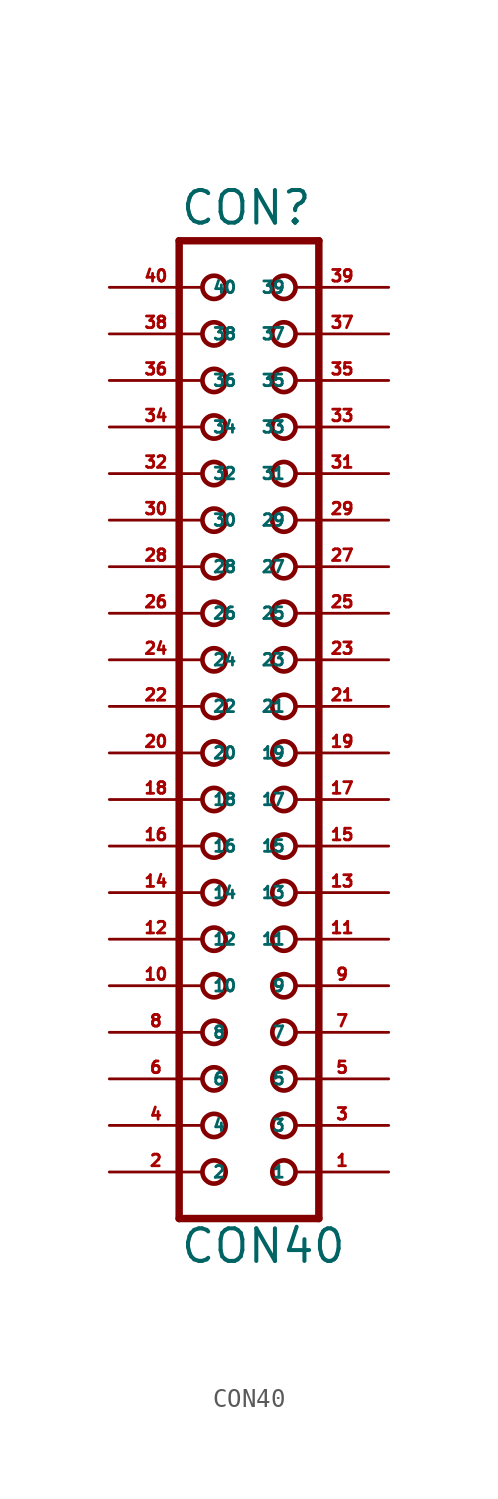
<source format=kicad_sym>
(kicad_symbol_lib
  (version 20220914)
  (generator Eagle2Kicad)
  (symbol "CON40"
    (property "Reference" "CON"
      (at -3.81 26.162 0)
      (effects (font (size 1.778 1.778) (thickness 0.22)) (justify left bottom)))
    (property "Value" "CON40"
      (at -3.81 -30.48 0)
      (effects (font (size 1.778 1.778) (thickness 0.22)) (justify left bottom)))
    (polyline
      (pts (xy 3.81 -27.94) (xy -3.81 -27.94))
      (stroke (width 0.406) (type default))
      (fill (type none)))
    (polyline
      (pts (xy -3.81 25.4) (xy -3.81 -27.94))
      (stroke (width 0.406) (type default))
      (fill (type none)))
    (polyline
      (pts (xy -3.81 25.4) (xy 3.81 25.4))
      (stroke (width 0.406) (type default))
      (fill (type none)))
    (polyline
      (pts (xy 3.81 -27.94) (xy 3.81 25.4))
      (stroke (width 0.406) (type default))
      (fill (type none)))
    (circle
      (center 1.905 -25.4)
      (radius 0.635)
      (stroke (width 0.254) (type default))
      (fill (type none)))
    (circle
      (center 1.905 -22.86)
      (radius 0.635)
      (stroke (width 0.254) (type default))
      (fill (type none)))
    (circle
      (center 1.905 -20.32)
      (radius 0.635)
      (stroke (width 0.254) (type default))
      (fill (type none)))
    (circle
      (center 1.905 -17.78)
      (radius 0.635)
      (stroke (width 0.254) (type default))
      (fill (type none)))
    (circle
      (center 1.905 -15.24)
      (radius 0.635)
      (stroke (width 0.254) (type default))
      (fill (type none)))
    (circle
      (center 1.905 -12.7)
      (radius 0.635)
      (stroke (width 0.254) (type default))
      (fill (type none)))
    (circle
      (center 1.905 -10.16)
      (radius 0.635)
      (stroke (width 0.254) (type default))
      (fill (type none)))
    (circle
      (center 1.905 -7.62)
      (radius 0.635)
      (stroke (width 0.254) (type default))
      (fill (type none)))
    (circle
      (center 1.905 -5.08)
      (radius 0.635)
      (stroke (width 0.254) (type default))
      (fill (type none)))
    (circle
      (center 1.905 -2.54)
      (radius 0.635)
      (stroke (width 0.254) (type default))
      (fill (type none)))
    (circle
      (center -1.905 -25.4)
      (radius 0.635)
      (stroke (width 0.254) (type default))
      (fill (type none)))
    (circle
      (center -1.905 -22.86)
      (radius 0.635)
      (stroke (width 0.254) (type default))
      (fill (type none)))
    (circle
      (center -1.905 -20.32)
      (radius 0.635)
      (stroke (width 0.254) (type default))
      (fill (type none)))
    (circle
      (center -1.905 -17.78)
      (radius 0.635)
      (stroke (width 0.254) (type default))
      (fill (type none)))
    (circle
      (center -1.905 -15.24)
      (radius 0.635)
      (stroke (width 0.254) (type default))
      (fill (type none)))
    (circle
      (center -1.905 -12.7)
      (radius 0.635)
      (stroke (width 0.254) (type default))
      (fill (type none)))
    (circle
      (center -1.905 -10.16)
      (radius 0.635)
      (stroke (width 0.254) (type default))
      (fill (type none)))
    (circle
      (center -1.905 -7.62)
      (radius 0.635)
      (stroke (width 0.254) (type default))
      (fill (type none)))
    (circle
      (center -1.905 -5.08)
      (radius 0.635)
      (stroke (width 0.254) (type default))
      (fill (type none)))
    (circle
      (center -1.905 -2.54)
      (radius 0.635)
      (stroke (width 0.254) (type default))
      (fill (type none)))
    (circle
      (center 1.905 0)
      (radius 0.635)
      (stroke (width 0.254) (type default))
      (fill (type none)))
    (circle
      (center 1.905 2.54)
      (radius 0.635)
      (stroke (width 0.254) (type default))
      (fill (type none)))
    (circle
      (center 1.905 5.08)
      (radius 0.635)
      (stroke (width 0.254) (type default))
      (fill (type none)))
    (circle
      (center 1.905 7.62)
      (radius 0.635)
      (stroke (width 0.254) (type default))
      (fill (type none)))
    (circle
      (center 1.905 10.16)
      (radius 0.635)
      (stroke (width 0.254) (type default))
      (fill (type none)))
    (circle
      (center 1.905 12.7)
      (radius 0.635)
      (stroke (width 0.254) (type default))
      (fill (type none)))
    (circle
      (center 1.905 15.24)
      (radius 0.635)
      (stroke (width 0.254) (type default))
      (fill (type none)))
    (circle
      (center 1.905 17.78)
      (radius 0.635)
      (stroke (width 0.254) (type default))
      (fill (type none)))
    (circle
      (center 1.905 20.32)
      (radius 0.635)
      (stroke (width 0.254) (type default))
      (fill (type none)))
    (circle
      (center 1.905 22.86)
      (radius 0.635)
      (stroke (width 0.254) (type default))
      (fill (type none)))
    (circle
      (center -1.905 0)
      (radius 0.635)
      (stroke (width 0.254) (type default))
      (fill (type none)))
    (circle
      (center -1.905 2.54)
      (radius 0.635)
      (stroke (width 0.254) (type default))
      (fill (type none)))
    (circle
      (center -1.905 5.08)
      (radius 0.635)
      (stroke (width 0.254) (type default))
      (fill (type none)))
    (circle
      (center -1.905 7.62)
      (radius 0.635)
      (stroke (width 0.254) (type default))
      (fill (type none)))
    (circle
      (center -1.905 10.16)
      (radius 0.635)
      (stroke (width 0.254) (type default))
      (fill (type none)))
    (circle
      (center -1.905 12.7)
      (radius 0.635)
      (stroke (width 0.254) (type default))
      (fill (type none)))
    (circle
      (center -1.905 15.24)
      (radius 0.635)
      (stroke (width 0.254) (type default))
      (fill (type none)))
    (circle
      (center -1.905 17.78)
      (radius 0.635)
      (stroke (width 0.254) (type default))
      (fill (type none)))
    (circle
      (center -1.905 20.32)
      (radius 0.635)
      (stroke (width 0.254) (type default))
      (fill (type none)))
    (circle
      (center -1.905 22.86)
      (radius 0.635)
      (stroke (width 0.254) (type default))
      (fill (type none)))
    (pin passive line
      (at 7.62 -25.4 180)
      (length 5.08)
      (name "1" (effects (font (size 0.635 0.635) (thickness 0.08)) (justify left bottom)))
      (number "1" (effects (font (size 0.635 0.635) (thickness 0.08)) (justify left bottom))))
    (pin passive line
      (at -7.62 -25.4 0)
      (length 5.08)
      (name "2" (effects (font (size 0.635 0.635) (thickness 0.08)) (justify left bottom)))
      (number "2" (effects (font (size 0.635 0.635) (thickness 0.08)) (justify left bottom))))
    (pin passive line
      (at 7.62 -22.86 180)
      (length 5.08)
      (name "3" (effects (font (size 0.635 0.635) (thickness 0.08)) (justify left bottom)))
      (number "3" (effects (font (size 0.635 0.635) (thickness 0.08)) (justify left bottom))))
    (pin passive line
      (at -7.62 -22.86 0)
      (length 5.08)
      (name "4" (effects (font (size 0.635 0.635) (thickness 0.08)) (justify left bottom)))
      (number "4" (effects (font (size 0.635 0.635) (thickness 0.08)) (justify left bottom))))
    (pin passive line
      (at 7.62 -20.32 180)
      (length 5.08)
      (name "5" (effects (font (size 0.635 0.635) (thickness 0.08)) (justify left bottom)))
      (number "5" (effects (font (size 0.635 0.635) (thickness 0.08)) (justify left bottom))))
    (pin passive line
      (at -7.62 -20.32 0)
      (length 5.08)
      (name "6" (effects (font (size 0.635 0.635) (thickness 0.08)) (justify left bottom)))
      (number "6" (effects (font (size 0.635 0.635) (thickness 0.08)) (justify left bottom))))
    (pin passive line
      (at 7.62 -17.78 180)
      (length 5.08)
      (name "7" (effects (font (size 0.635 0.635) (thickness 0.08)) (justify left bottom)))
      (number "7" (effects (font (size 0.635 0.635) (thickness 0.08)) (justify left bottom))))
    (pin passive line
      (at -7.62 -17.78 0)
      (length 5.08)
      (name "8" (effects (font (size 0.635 0.635) (thickness 0.08)) (justify left bottom)))
      (number "8" (effects (font (size 0.635 0.635) (thickness 0.08)) (justify left bottom))))
    (pin passive line
      (at 7.62 -15.24 180)
      (length 5.08)
      (name "9" (effects (font (size 0.635 0.635) (thickness 0.08)) (justify left bottom)))
      (number "9" (effects (font (size 0.635 0.635) (thickness 0.08)) (justify left bottom))))
    (pin passive line
      (at -7.62 -15.24 0)
      (length 5.08)
      (name "10" (effects (font (size 0.635 0.635) (thickness 0.08)) (justify left bottom)))
      (number "10" (effects (font (size 0.635 0.635) (thickness 0.08)) (justify left bottom))))
    (pin passive line
      (at 7.62 -12.7 180)
      (length 5.08)
      (name "11" (effects (font (size 0.635 0.635) (thickness 0.08)) (justify left bottom)))
      (number "11" (effects (font (size 0.635 0.635) (thickness 0.08)) (justify left bottom))))
    (pin passive line
      (at -7.62 -12.7 0)
      (length 5.08)
      (name "12" (effects (font (size 0.635 0.635) (thickness 0.08)) (justify left bottom)))
      (number "12" (effects (font (size 0.635 0.635) (thickness 0.08)) (justify left bottom))))
    (pin passive line
      (at 7.62 -10.16 180)
      (length 5.08)
      (name "13" (effects (font (size 0.635 0.635) (thickness 0.08)) (justify left bottom)))
      (number "13" (effects (font (size 0.635 0.635) (thickness 0.08)) (justify left bottom))))
    (pin passive line
      (at -7.62 -10.16 0)
      (length 5.08)
      (name "14" (effects (font (size 0.635 0.635) (thickness 0.08)) (justify left bottom)))
      (number "14" (effects (font (size 0.635 0.635) (thickness 0.08)) (justify left bottom))))
    (pin passive line
      (at 7.62 -7.62 180)
      (length 5.08)
      (name "15" (effects (font (size 0.635 0.635) (thickness 0.08)) (justify left bottom)))
      (number "15" (effects (font (size 0.635 0.635) (thickness 0.08)) (justify left bottom))))
    (pin passive line
      (at -7.62 -7.62 0)
      (length 5.08)
      (name "16" (effects (font (size 0.635 0.635) (thickness 0.08)) (justify left bottom)))
      (number "16" (effects (font (size 0.635 0.635) (thickness 0.08)) (justify left bottom))))
    (pin passive line
      (at 7.62 -5.08 180)
      (length 5.08)
      (name "17" (effects (font (size 0.635 0.635) (thickness 0.08)) (justify left bottom)))
      (number "17" (effects (font (size 0.635 0.635) (thickness 0.08)) (justify left bottom))))
    (pin passive line
      (at -7.62 -5.08 0)
      (length 5.08)
      (name "18" (effects (font (size 0.635 0.635) (thickness 0.08)) (justify left bottom)))
      (number "18" (effects (font (size 0.635 0.635) (thickness 0.08)) (justify left bottom))))
    (pin passive line
      (at 7.62 -2.54 180)
      (length 5.08)
      (name "19" (effects (font (size 0.635 0.635) (thickness 0.08)) (justify left bottom)))
      (number "19" (effects (font (size 0.635 0.635) (thickness 0.08)) (justify left bottom))))
    (pin passive line
      (at -7.62 -2.54 0)
      (length 5.08)
      (name "20" (effects (font (size 0.635 0.635) (thickness 0.08)) (justify left bottom)))
      (number "20" (effects (font (size 0.635 0.635) (thickness 0.08)) (justify left bottom))))
    (pin passive line
      (at 7.62 0 180)
      (length 5.08)
      (name "21" (effects (font (size 0.635 0.635) (thickness 0.08)) (justify left bottom)))
      (number "21" (effects (font (size 0.635 0.635) (thickness 0.08)) (justify left bottom))))
    (pin passive line
      (at -7.62 0 0)
      (length 5.08)
      (name "22" (effects (font (size 0.635 0.635) (thickness 0.08)) (justify left bottom)))
      (number "22" (effects (font (size 0.635 0.635) (thickness 0.08)) (justify left bottom))))
    (pin passive line
      (at 7.62 2.54 180)
      (length 5.08)
      (name "23" (effects (font (size 0.635 0.635) (thickness 0.08)) (justify left bottom)))
      (number "23" (effects (font (size 0.635 0.635) (thickness 0.08)) (justify left bottom))))
    (pin passive line
      (at -7.62 2.54 0)
      (length 5.08)
      (name "24" (effects (font (size 0.635 0.635) (thickness 0.08)) (justify left bottom)))
      (number "24" (effects (font (size 0.635 0.635) (thickness 0.08)) (justify left bottom))))
    (pin passive line
      (at 7.62 5.08 180)
      (length 5.08)
      (name "25" (effects (font (size 0.635 0.635) (thickness 0.08)) (justify left bottom)))
      (number "25" (effects (font (size 0.635 0.635) (thickness 0.08)) (justify left bottom))))
    (pin passive line
      (at -7.62 5.08 0)
      (length 5.08)
      (name "26" (effects (font (size 0.635 0.635) (thickness 0.08)) (justify left bottom)))
      (number "26" (effects (font (size 0.635 0.635) (thickness 0.08)) (justify left bottom))))
    (pin passive line
      (at 7.62 7.62 180)
      (length 5.08)
      (name "27" (effects (font (size 0.635 0.635) (thickness 0.08)) (justify left bottom)))
      (number "27" (effects (font (size 0.635 0.635) (thickness 0.08)) (justify left bottom))))
    (pin passive line
      (at -7.62 7.62 0)
      (length 5.08)
      (name "28" (effects (font (size 0.635 0.635) (thickness 0.08)) (justify left bottom)))
      (number "28" (effects (font (size 0.635 0.635) (thickness 0.08)) (justify left bottom))))
    (pin passive line
      (at 7.62 10.16 180)
      (length 5.08)
      (name "29" (effects (font (size 0.635 0.635) (thickness 0.08)) (justify left bottom)))
      (number "29" (effects (font (size 0.635 0.635) (thickness 0.08)) (justify left bottom))))
    (pin passive line
      (at -7.62 10.16 0)
      (length 5.08)
      (name "30" (effects (font (size 0.635 0.635) (thickness 0.08)) (justify left bottom)))
      (number "30" (effects (font (size 0.635 0.635) (thickness 0.08)) (justify left bottom))))
    (pin passive line
      (at 7.62 12.7 180)
      (length 5.08)
      (name "31" (effects (font (size 0.635 0.635) (thickness 0.08)) (justify left bottom)))
      (number "31" (effects (font (size 0.635 0.635) (thickness 0.08)) (justify left bottom))))
    (pin passive line
      (at -7.62 12.7 0)
      (length 5.08)
      (name "32" (effects (font (size 0.635 0.635) (thickness 0.08)) (justify left bottom)))
      (number "32" (effects (font (size 0.635 0.635) (thickness 0.08)) (justify left bottom))))
    (pin passive line
      (at 7.62 15.24 180)
      (length 5.08)
      (name "33" (effects (font (size 0.635 0.635) (thickness 0.08)) (justify left bottom)))
      (number "33" (effects (font (size 0.635 0.635) (thickness 0.08)) (justify left bottom))))
    (pin passive line
      (at -7.62 15.24 0)
      (length 5.08)
      (name "34" (effects (font (size 0.635 0.635) (thickness 0.08)) (justify left bottom)))
      (number "34" (effects (font (size 0.635 0.635) (thickness 0.08)) (justify left bottom))))
    (pin passive line
      (at 7.62 17.78 180)
      (length 5.08)
      (name "35" (effects (font (size 0.635 0.635) (thickness 0.08)) (justify left bottom)))
      (number "35" (effects (font (size 0.635 0.635) (thickness 0.08)) (justify left bottom))))
    (pin passive line
      (at -7.62 17.78 0)
      (length 5.08)
      (name "36" (effects (font (size 0.635 0.635) (thickness 0.08)) (justify left bottom)))
      (number "36" (effects (font (size 0.635 0.635) (thickness 0.08)) (justify left bottom))))
    (pin passive line
      (at 7.62 20.32 180)
      (length 5.08)
      (name "37" (effects (font (size 0.635 0.635) (thickness 0.08)) (justify left bottom)))
      (number "37" (effects (font (size 0.635 0.635) (thickness 0.08)) (justify left bottom))))
    (pin passive line
      (at -7.62 20.32 0)
      (length 5.08)
      (name "38" (effects (font (size 0.635 0.635) (thickness 0.08)) (justify left bottom)))
      (number "38" (effects (font (size 0.635 0.635) (thickness 0.08)) (justify left bottom))))
    (pin passive line
      (at 7.62 22.86 180)
      (length 5.08)
      (name "39" (effects (font (size 0.635 0.635) (thickness 0.08)) (justify left bottom)))
      (number "39" (effects (font (size 0.635 0.635) (thickness 0.08)) (justify left bottom))))
    (pin passive line
      (at -7.62 22.86 0)
      (length 5.08)
      (name "40" (effects (font (size 0.635 0.635) (thickness 0.08)) (justify left bottom)))
      (number "40" (effects (font (size 0.635 0.635) (thickness 0.08)) (justify left bottom))))))
</source>
